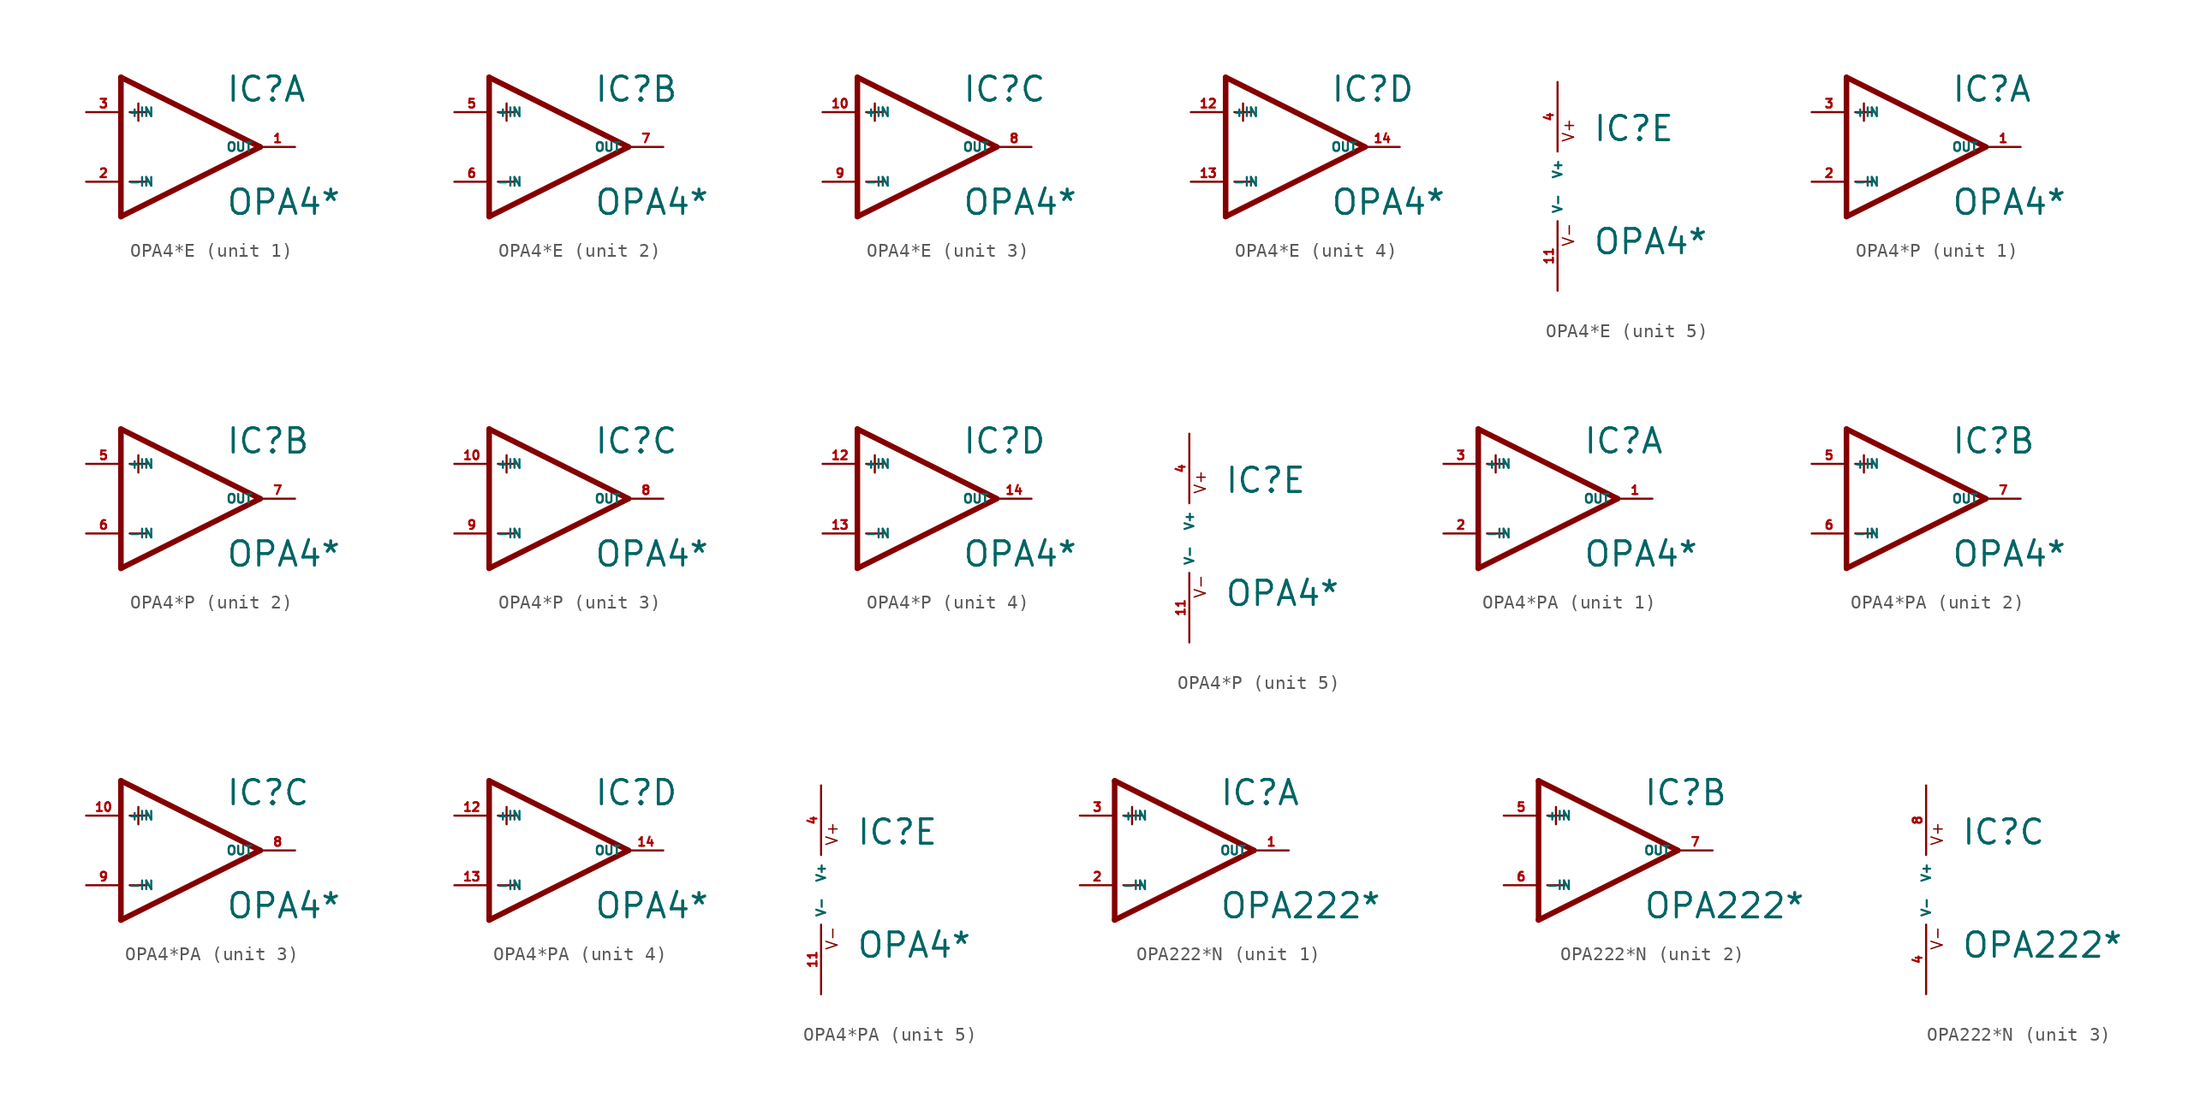
<source format=kicad_sym>
(kicad_symbol_lib
  (version 20220914)
  (generator Eagle2Kicad)
  (symbol "OPA4*E"
    (property "Reference" "IC"
      (at 2.54 3.175 0)
      (effects (font (size 1.778 1.778) (thickness 0.22)) (justify left bottom)))
    (property "Value" "OPA4*"
      (at 2.54 -5.08 0)
      (effects (font (size 1.778 1.778) (thickness 0.22)) (justify left bottom)))
    (symbol "OPA4*E_1_0"
      (polyline (pts (xy -5.08 5.08) (xy -5.08 -5.08)) (stroke (width 0.406) (type default)) (fill (type none)))
      (polyline (pts (xy -5.08 -5.08) (xy 5.08 0)) (stroke (width 0.406) (type default)) (fill (type none)))
      (polyline (pts (xy 5.08 0) (xy -5.08 5.08)) (stroke (width 0.406) (type default)) (fill (type none)))
      (polyline (pts (xy -3.81 3.175) (xy -3.81 1.905)) (stroke (width 0.152) (type default)) (fill (type none)))
      (polyline (pts (xy -4.445 2.54) (xy -3.175 2.54)) (stroke (width 0.152) (type default)) (fill (type none)))
      (polyline (pts (xy -4.445 -2.54) (xy -3.175 -2.54)) (stroke (width 0.152) (type default)) (fill (type none)))
      (pin input line (at -7.62 -2.54 0) (length 2.54) (name "-IN" (effects (font (size 0.635 0.635) (thickness 0.08)) (justify left bottom))) (number "2" (effects (font (size 0.635 0.635) (thickness 0.08)) (justify left bottom))))
      (pin input line (at -7.62 2.54 0) (length 2.54) (name "+IN" (effects (font (size 0.635 0.635) (thickness 0.08)) (justify left bottom))) (number "3" (effects (font (size 0.635 0.635) (thickness 0.08)) (justify left bottom))))
      (pin output line (at 7.62 0 180) (length 2.54) (name "OUT" (effects (font (size 0.635 0.635) (thickness 0.08)) (justify left bottom))) (number "1" (effects (font (size 0.635 0.635) (thickness 0.08)) (justify left bottom)))))
    (symbol "OPA4*E_2_0"
      (polyline (pts (xy -5.08 5.08) (xy -5.08 -5.08)) (stroke (width 0.406) (type default)) (fill (type none)))
      (polyline (pts (xy -5.08 -5.08) (xy 5.08 0)) (stroke (width 0.406) (type default)) (fill (type none)))
      (polyline (pts (xy 5.08 0) (xy -5.08 5.08)) (stroke (width 0.406) (type default)) (fill (type none)))
      (polyline (pts (xy -3.81 3.175) (xy -3.81 1.905)) (stroke (width 0.152) (type default)) (fill (type none)))
      (polyline (pts (xy -4.445 2.54) (xy -3.175 2.54)) (stroke (width 0.152) (type default)) (fill (type none)))
      (polyline (pts (xy -4.445 -2.54) (xy -3.175 -2.54)) (stroke (width 0.152) (type default)) (fill (type none)))
      (pin input line (at -7.62 -2.54 0) (length 2.54) (name "-IN" (effects (font (size 0.635 0.635) (thickness 0.08)) (justify left bottom))) (number "6" (effects (font (size 0.635 0.635) (thickness 0.08)) (justify left bottom))))
      (pin input line (at -7.62 2.54 0) (length 2.54) (name "+IN" (effects (font (size 0.635 0.635) (thickness 0.08)) (justify left bottom))) (number "5" (effects (font (size 0.635 0.635) (thickness 0.08)) (justify left bottom))))
      (pin output line (at 7.62 0 180) (length 2.54) (name "OUT" (effects (font (size 0.635 0.635) (thickness 0.08)) (justify left bottom))) (number "7" (effects (font (size 0.635 0.635) (thickness 0.08)) (justify left bottom)))))
    (symbol "OPA4*E_3_0"
      (polyline (pts (xy -5.08 5.08) (xy -5.08 -5.08)) (stroke (width 0.406) (type default)) (fill (type none)))
      (polyline (pts (xy -5.08 -5.08) (xy 5.08 0)) (stroke (width 0.406) (type default)) (fill (type none)))
      (polyline (pts (xy 5.08 0) (xy -5.08 5.08)) (stroke (width 0.406) (type default)) (fill (type none)))
      (polyline (pts (xy -3.81 3.175) (xy -3.81 1.905)) (stroke (width 0.152) (type default)) (fill (type none)))
      (polyline (pts (xy -4.445 2.54) (xy -3.175 2.54)) (stroke (width 0.152) (type default)) (fill (type none)))
      (polyline (pts (xy -4.445 -2.54) (xy -3.175 -2.54)) (stroke (width 0.152) (type default)) (fill (type none)))
      (pin input line (at -7.62 -2.54 0) (length 2.54) (name "-IN" (effects (font (size 0.635 0.635) (thickness 0.08)) (justify left bottom))) (number "9" (effects (font (size 0.635 0.635) (thickness 0.08)) (justify left bottom))))
      (pin input line (at -7.62 2.54 0) (length 2.54) (name "+IN" (effects (font (size 0.635 0.635) (thickness 0.08)) (justify left bottom))) (number "10" (effects (font (size 0.635 0.635) (thickness 0.08)) (justify left bottom))))
      (pin output line (at 7.62 0 180) (length 2.54) (name "OUT" (effects (font (size 0.635 0.635) (thickness 0.08)) (justify left bottom))) (number "8" (effects (font (size 0.635 0.635) (thickness 0.08)) (justify left bottom)))))
    (symbol "OPA4*E_4_0"
      (polyline (pts (xy -5.08 5.08) (xy -5.08 -5.08)) (stroke (width 0.406) (type default)) (fill (type none)))
      (polyline (pts (xy -5.08 -5.08) (xy 5.08 0)) (stroke (width 0.406) (type default)) (fill (type none)))
      (polyline (pts (xy 5.08 0) (xy -5.08 5.08)) (stroke (width 0.406) (type default)) (fill (type none)))
      (polyline (pts (xy -3.81 3.175) (xy -3.81 1.905)) (stroke (width 0.152) (type default)) (fill (type none)))
      (polyline (pts (xy -4.445 2.54) (xy -3.175 2.54)) (stroke (width 0.152) (type default)) (fill (type none)))
      (polyline (pts (xy -4.445 -2.54) (xy -3.175 -2.54)) (stroke (width 0.152) (type default)) (fill (type none)))
      (pin input line (at -7.62 -2.54 0) (length 2.54) (name "-IN" (effects (font (size 0.635 0.635) (thickness 0.08)) (justify left bottom))) (number "13" (effects (font (size 0.635 0.635) (thickness 0.08)) (justify left bottom))))
      (pin input line (at -7.62 2.54 0) (length 2.54) (name "+IN" (effects (font (size 0.635 0.635) (thickness 0.08)) (justify left bottom))) (number "12" (effects (font (size 0.635 0.635) (thickness 0.08)) (justify left bottom))))
      (pin output line (at 7.62 0 180) (length 2.54) (name "OUT" (effects (font (size 0.635 0.635) (thickness 0.08)) (justify left bottom))) (number "14" (effects (font (size 0.635 0.635) (thickness 0.08)) (justify left bottom)))))
    (symbol "OPA4*E_5_0"
      (text "V+" (at 1.27 3.175 900) (effects (font (size 0.813 0.813) (thickness 0.10)) (justify left bottom)))
      (text "V-" (at 1.27 -4.445 900) (effects (font (size 0.813 0.813) (thickness 0.10)) (justify left bottom)))
      (pin unspecified line (at 0 7.62 270) (length 5.08) (name "V+" (effects (font (size 0.635 0.635) (thickness 0.08)) (justify left bottom))) (number "4" (effects (font (size 0.635 0.635) (thickness 0.08)) (justify left bottom))))
      (pin unspecified line (at 0 -7.62 90) (length 5.08) (name "V-" (effects (font (size 0.635 0.635) (thickness 0.08)) (justify left bottom))) (number "11" (effects (font (size 0.635 0.635) (thickness 0.08)) (justify left bottom))))))
  (symbol "OPA4*P"
    (property "Reference" "IC"
      (at 2.54 3.175 0)
      (effects (font (size 1.778 1.778) (thickness 0.22)) (justify left bottom)))
    (property "Value" "OPA4*"
      (at 2.54 -5.08 0)
      (effects (font (size 1.778 1.778) (thickness 0.22)) (justify left bottom)))
    (symbol "OPA4*P_1_0"
      (polyline (pts (xy -5.08 5.08) (xy -5.08 -5.08)) (stroke (width 0.406) (type default)) (fill (type none)))
      (polyline (pts (xy -5.08 -5.08) (xy 5.08 0)) (stroke (width 0.406) (type default)) (fill (type none)))
      (polyline (pts (xy 5.08 0) (xy -5.08 5.08)) (stroke (width 0.406) (type default)) (fill (type none)))
      (polyline (pts (xy -3.81 3.175) (xy -3.81 1.905)) (stroke (width 0.152) (type default)) (fill (type none)))
      (polyline (pts (xy -4.445 2.54) (xy -3.175 2.54)) (stroke (width 0.152) (type default)) (fill (type none)))
      (polyline (pts (xy -4.445 -2.54) (xy -3.175 -2.54)) (stroke (width 0.152) (type default)) (fill (type none)))
      (pin input line (at -7.62 -2.54 0) (length 2.54) (name "-IN" (effects (font (size 0.635 0.635) (thickness 0.08)) (justify left bottom))) (number "2" (effects (font (size 0.635 0.635) (thickness 0.08)) (justify left bottom))))
      (pin input line (at -7.62 2.54 0) (length 2.54) (name "+IN" (effects (font (size 0.635 0.635) (thickness 0.08)) (justify left bottom))) (number "3" (effects (font (size 0.635 0.635) (thickness 0.08)) (justify left bottom))))
      (pin output line (at 7.62 0 180) (length 2.54) (name "OUT" (effects (font (size 0.635 0.635) (thickness 0.08)) (justify left bottom))) (number "1" (effects (font (size 0.635 0.635) (thickness 0.08)) (justify left bottom)))))
    (symbol "OPA4*P_2_0"
      (polyline (pts (xy -5.08 5.08) (xy -5.08 -5.08)) (stroke (width 0.406) (type default)) (fill (type none)))
      (polyline (pts (xy -5.08 -5.08) (xy 5.08 0)) (stroke (width 0.406) (type default)) (fill (type none)))
      (polyline (pts (xy 5.08 0) (xy -5.08 5.08)) (stroke (width 0.406) (type default)) (fill (type none)))
      (polyline (pts (xy -3.81 3.175) (xy -3.81 1.905)) (stroke (width 0.152) (type default)) (fill (type none)))
      (polyline (pts (xy -4.445 2.54) (xy -3.175 2.54)) (stroke (width 0.152) (type default)) (fill (type none)))
      (polyline (pts (xy -4.445 -2.54) (xy -3.175 -2.54)) (stroke (width 0.152) (type default)) (fill (type none)))
      (pin input line (at -7.62 -2.54 0) (length 2.54) (name "-IN" (effects (font (size 0.635 0.635) (thickness 0.08)) (justify left bottom))) (number "6" (effects (font (size 0.635 0.635) (thickness 0.08)) (justify left bottom))))
      (pin input line (at -7.62 2.54 0) (length 2.54) (name "+IN" (effects (font (size 0.635 0.635) (thickness 0.08)) (justify left bottom))) (number "5" (effects (font (size 0.635 0.635) (thickness 0.08)) (justify left bottom))))
      (pin output line (at 7.62 0 180) (length 2.54) (name "OUT" (effects (font (size 0.635 0.635) (thickness 0.08)) (justify left bottom))) (number "7" (effects (font (size 0.635 0.635) (thickness 0.08)) (justify left bottom)))))
    (symbol "OPA4*P_3_0"
      (polyline (pts (xy -5.08 5.08) (xy -5.08 -5.08)) (stroke (width 0.406) (type default)) (fill (type none)))
      (polyline (pts (xy -5.08 -5.08) (xy 5.08 0)) (stroke (width 0.406) (type default)) (fill (type none)))
      (polyline (pts (xy 5.08 0) (xy -5.08 5.08)) (stroke (width 0.406) (type default)) (fill (type none)))
      (polyline (pts (xy -3.81 3.175) (xy -3.81 1.905)) (stroke (width 0.152) (type default)) (fill (type none)))
      (polyline (pts (xy -4.445 2.54) (xy -3.175 2.54)) (stroke (width 0.152) (type default)) (fill (type none)))
      (polyline (pts (xy -4.445 -2.54) (xy -3.175 -2.54)) (stroke (width 0.152) (type default)) (fill (type none)))
      (pin input line (at -7.62 -2.54 0) (length 2.54) (name "-IN" (effects (font (size 0.635 0.635) (thickness 0.08)) (justify left bottom))) (number "9" (effects (font (size 0.635 0.635) (thickness 0.08)) (justify left bottom))))
      (pin input line (at -7.62 2.54 0) (length 2.54) (name "+IN" (effects (font (size 0.635 0.635) (thickness 0.08)) (justify left bottom))) (number "10" (effects (font (size 0.635 0.635) (thickness 0.08)) (justify left bottom))))
      (pin output line (at 7.62 0 180) (length 2.54) (name "OUT" (effects (font (size 0.635 0.635) (thickness 0.08)) (justify left bottom))) (number "8" (effects (font (size 0.635 0.635) (thickness 0.08)) (justify left bottom)))))
    (symbol "OPA4*P_4_0"
      (polyline (pts (xy -5.08 5.08) (xy -5.08 -5.08)) (stroke (width 0.406) (type default)) (fill (type none)))
      (polyline (pts (xy -5.08 -5.08) (xy 5.08 0)) (stroke (width 0.406) (type default)) (fill (type none)))
      (polyline (pts (xy 5.08 0) (xy -5.08 5.08)) (stroke (width 0.406) (type default)) (fill (type none)))
      (polyline (pts (xy -3.81 3.175) (xy -3.81 1.905)) (stroke (width 0.152) (type default)) (fill (type none)))
      (polyline (pts (xy -4.445 2.54) (xy -3.175 2.54)) (stroke (width 0.152) (type default)) (fill (type none)))
      (polyline (pts (xy -4.445 -2.54) (xy -3.175 -2.54)) (stroke (width 0.152) (type default)) (fill (type none)))
      (pin input line (at -7.62 -2.54 0) (length 2.54) (name "-IN" (effects (font (size 0.635 0.635) (thickness 0.08)) (justify left bottom))) (number "13" (effects (font (size 0.635 0.635) (thickness 0.08)) (justify left bottom))))
      (pin input line (at -7.62 2.54 0) (length 2.54) (name "+IN" (effects (font (size 0.635 0.635) (thickness 0.08)) (justify left bottom))) (number "12" (effects (font (size 0.635 0.635) (thickness 0.08)) (justify left bottom))))
      (pin output line (at 7.62 0 180) (length 2.54) (name "OUT" (effects (font (size 0.635 0.635) (thickness 0.08)) (justify left bottom))) (number "14" (effects (font (size 0.635 0.635) (thickness 0.08)) (justify left bottom)))))
    (symbol "OPA4*P_5_0"
      (text "V+" (at 1.27 3.175 900) (effects (font (size 0.813 0.813) (thickness 0.10)) (justify left bottom)))
      (text "V-" (at 1.27 -4.445 900) (effects (font (size 0.813 0.813) (thickness 0.10)) (justify left bottom)))
      (pin unspecified line (at 0 7.62 270) (length 5.08) (name "V+" (effects (font (size 0.635 0.635) (thickness 0.08)) (justify left bottom))) (number "4" (effects (font (size 0.635 0.635) (thickness 0.08)) (justify left bottom))))
      (pin unspecified line (at 0 -7.62 90) (length 5.08) (name "V-" (effects (font (size 0.635 0.635) (thickness 0.08)) (justify left bottom))) (number "11" (effects (font (size 0.635 0.635) (thickness 0.08)) (justify left bottom))))))
  (symbol "OPA4*PA"
    (property "Reference" "IC"
      (at 2.54 3.175 0)
      (effects (font (size 1.778 1.778) (thickness 0.22)) (justify left bottom)))
    (property "Value" "OPA4*"
      (at 2.54 -5.08 0)
      (effects (font (size 1.778 1.778) (thickness 0.22)) (justify left bottom)))
    (symbol "OPA4*PA_1_0"
      (polyline (pts (xy -5.08 5.08) (xy -5.08 -5.08)) (stroke (width 0.406) (type default)) (fill (type none)))
      (polyline (pts (xy -5.08 -5.08) (xy 5.08 0)) (stroke (width 0.406) (type default)) (fill (type none)))
      (polyline (pts (xy 5.08 0) (xy -5.08 5.08)) (stroke (width 0.406) (type default)) (fill (type none)))
      (polyline (pts (xy -3.81 3.175) (xy -3.81 1.905)) (stroke (width 0.152) (type default)) (fill (type none)))
      (polyline (pts (xy -4.445 2.54) (xy -3.175 2.54)) (stroke (width 0.152) (type default)) (fill (type none)))
      (polyline (pts (xy -4.445 -2.54) (xy -3.175 -2.54)) (stroke (width 0.152) (type default)) (fill (type none)))
      (pin input line (at -7.62 -2.54 0) (length 2.54) (name "-IN" (effects (font (size 0.635 0.635) (thickness 0.08)) (justify left bottom))) (number "2" (effects (font (size 0.635 0.635) (thickness 0.08)) (justify left bottom))))
      (pin input line (at -7.62 2.54 0) (length 2.54) (name "+IN" (effects (font (size 0.635 0.635) (thickness 0.08)) (justify left bottom))) (number "3" (effects (font (size 0.635 0.635) (thickness 0.08)) (justify left bottom))))
      (pin output line (at 7.62 0 180) (length 2.54) (name "OUT" (effects (font (size 0.635 0.635) (thickness 0.08)) (justify left bottom))) (number "1" (effects (font (size 0.635 0.635) (thickness 0.08)) (justify left bottom)))))
    (symbol "OPA4*PA_2_0"
      (polyline (pts (xy -5.08 5.08) (xy -5.08 -5.08)) (stroke (width 0.406) (type default)) (fill (type none)))
      (polyline (pts (xy -5.08 -5.08) (xy 5.08 0)) (stroke (width 0.406) (type default)) (fill (type none)))
      (polyline (pts (xy 5.08 0) (xy -5.08 5.08)) (stroke (width 0.406) (type default)) (fill (type none)))
      (polyline (pts (xy -3.81 3.175) (xy -3.81 1.905)) (stroke (width 0.152) (type default)) (fill (type none)))
      (polyline (pts (xy -4.445 2.54) (xy -3.175 2.54)) (stroke (width 0.152) (type default)) (fill (type none)))
      (polyline (pts (xy -4.445 -2.54) (xy -3.175 -2.54)) (stroke (width 0.152) (type default)) (fill (type none)))
      (pin input line (at -7.62 -2.54 0) (length 2.54) (name "-IN" (effects (font (size 0.635 0.635) (thickness 0.08)) (justify left bottom))) (number "6" (effects (font (size 0.635 0.635) (thickness 0.08)) (justify left bottom))))
      (pin input line (at -7.62 2.54 0) (length 2.54) (name "+IN" (effects (font (size 0.635 0.635) (thickness 0.08)) (justify left bottom))) (number "5" (effects (font (size 0.635 0.635) (thickness 0.08)) (justify left bottom))))
      (pin output line (at 7.62 0 180) (length 2.54) (name "OUT" (effects (font (size 0.635 0.635) (thickness 0.08)) (justify left bottom))) (number "7" (effects (font (size 0.635 0.635) (thickness 0.08)) (justify left bottom)))))
    (symbol "OPA4*PA_3_0"
      (polyline (pts (xy -5.08 5.08) (xy -5.08 -5.08)) (stroke (width 0.406) (type default)) (fill (type none)))
      (polyline (pts (xy -5.08 -5.08) (xy 5.08 0)) (stroke (width 0.406) (type default)) (fill (type none)))
      (polyline (pts (xy 5.08 0) (xy -5.08 5.08)) (stroke (width 0.406) (type default)) (fill (type none)))
      (polyline (pts (xy -3.81 3.175) (xy -3.81 1.905)) (stroke (width 0.152) (type default)) (fill (type none)))
      (polyline (pts (xy -4.445 2.54) (xy -3.175 2.54)) (stroke (width 0.152) (type default)) (fill (type none)))
      (polyline (pts (xy -4.445 -2.54) (xy -3.175 -2.54)) (stroke (width 0.152) (type default)) (fill (type none)))
      (pin input line (at -7.62 -2.54 0) (length 2.54) (name "-IN" (effects (font (size 0.635 0.635) (thickness 0.08)) (justify left bottom))) (number "9" (effects (font (size 0.635 0.635) (thickness 0.08)) (justify left bottom))))
      (pin input line (at -7.62 2.54 0) (length 2.54) (name "+IN" (effects (font (size 0.635 0.635) (thickness 0.08)) (justify left bottom))) (number "10" (effects (font (size 0.635 0.635) (thickness 0.08)) (justify left bottom))))
      (pin output line (at 7.62 0 180) (length 2.54) (name "OUT" (effects (font (size 0.635 0.635) (thickness 0.08)) (justify left bottom))) (number "8" (effects (font (size 0.635 0.635) (thickness 0.08)) (justify left bottom)))))
    (symbol "OPA4*PA_4_0"
      (polyline (pts (xy -5.08 5.08) (xy -5.08 -5.08)) (stroke (width 0.406) (type default)) (fill (type none)))
      (polyline (pts (xy -5.08 -5.08) (xy 5.08 0)) (stroke (width 0.406) (type default)) (fill (type none)))
      (polyline (pts (xy 5.08 0) (xy -5.08 5.08)) (stroke (width 0.406) (type default)) (fill (type none)))
      (polyline (pts (xy -3.81 3.175) (xy -3.81 1.905)) (stroke (width 0.152) (type default)) (fill (type none)))
      (polyline (pts (xy -4.445 2.54) (xy -3.175 2.54)) (stroke (width 0.152) (type default)) (fill (type none)))
      (polyline (pts (xy -4.445 -2.54) (xy -3.175 -2.54)) (stroke (width 0.152) (type default)) (fill (type none)))
      (pin input line (at -7.62 -2.54 0) (length 2.54) (name "-IN" (effects (font (size 0.635 0.635) (thickness 0.08)) (justify left bottom))) (number "13" (effects (font (size 0.635 0.635) (thickness 0.08)) (justify left bottom))))
      (pin input line (at -7.62 2.54 0) (length 2.54) (name "+IN" (effects (font (size 0.635 0.635) (thickness 0.08)) (justify left bottom))) (number "12" (effects (font (size 0.635 0.635) (thickness 0.08)) (justify left bottom))))
      (pin output line (at 7.62 0 180) (length 2.54) (name "OUT" (effects (font (size 0.635 0.635) (thickness 0.08)) (justify left bottom))) (number "14" (effects (font (size 0.635 0.635) (thickness 0.08)) (justify left bottom)))))
    (symbol "OPA4*PA_5_0"
      (text "V+" (at 1.27 3.175 900) (effects (font (size 0.813 0.813) (thickness 0.10)) (justify left bottom)))
      (text "V-" (at 1.27 -4.445 900) (effects (font (size 0.813 0.813) (thickness 0.10)) (justify left bottom)))
      (pin unspecified line (at 0 7.62 270) (length 5.08) (name "V+" (effects (font (size 0.635 0.635) (thickness 0.08)) (justify left bottom))) (number "4" (effects (font (size 0.635 0.635) (thickness 0.08)) (justify left bottom))))
      (pin unspecified line (at 0 -7.62 90) (length 5.08) (name "V-" (effects (font (size 0.635 0.635) (thickness 0.08)) (justify left bottom))) (number "11" (effects (font (size 0.635 0.635) (thickness 0.08)) (justify left bottom))))))
  (symbol "OPA222*N"
    (property "Reference" "IC"
      (at 2.54 3.175 0)
      (effects (font (size 1.778 1.778) (thickness 0.22)) (justify left bottom)))
    (property "Value" "OPA222*"
      (at 2.54 -5.08 0)
      (effects (font (size 1.778 1.778) (thickness 0.22)) (justify left bottom)))
    (symbol "OPA222*N_1_0"
      (polyline (pts (xy -5.08 5.08) (xy -5.08 -5.08)) (stroke (width 0.406) (type default)) (fill (type none)))
      (polyline (pts (xy -5.08 -5.08) (xy 5.08 0)) (stroke (width 0.406) (type default)) (fill (type none)))
      (polyline (pts (xy 5.08 0) (xy -5.08 5.08)) (stroke (width 0.406) (type default)) (fill (type none)))
      (polyline (pts (xy -3.81 3.175) (xy -3.81 1.905)) (stroke (width 0.152) (type default)) (fill (type none)))
      (polyline (pts (xy -4.445 2.54) (xy -3.175 2.54)) (stroke (width 0.152) (type default)) (fill (type none)))
      (polyline (pts (xy -4.445 -2.54) (xy -3.175 -2.54)) (stroke (width 0.152) (type default)) (fill (type none)))
      (pin input line (at -7.62 -2.54 0) (length 2.54) (name "-IN" (effects (font (size 0.635 0.635) (thickness 0.08)) (justify left bottom))) (number "2" (effects (font (size 0.635 0.635) (thickness 0.08)) (justify left bottom))))
      (pin input line (at -7.62 2.54 0) (length 2.54) (name "+IN" (effects (font (size 0.635 0.635) (thickness 0.08)) (justify left bottom))) (number "3" (effects (font (size 0.635 0.635) (thickness 0.08)) (justify left bottom))))
      (pin output line (at 7.62 0 180) (length 2.54) (name "OUT" (effects (font (size 0.635 0.635) (thickness 0.08)) (justify left bottom))) (number "1" (effects (font (size 0.635 0.635) (thickness 0.08)) (justify left bottom)))))
    (symbol "OPA222*N_2_0"
      (polyline (pts (xy -5.08 5.08) (xy -5.08 -5.08)) (stroke (width 0.406) (type default)) (fill (type none)))
      (polyline (pts (xy -5.08 -5.08) (xy 5.08 0)) (stroke (width 0.406) (type default)) (fill (type none)))
      (polyline (pts (xy 5.08 0) (xy -5.08 5.08)) (stroke (width 0.406) (type default)) (fill (type none)))
      (polyline (pts (xy -3.81 3.175) (xy -3.81 1.905)) (stroke (width 0.152) (type default)) (fill (type none)))
      (polyline (pts (xy -4.445 2.54) (xy -3.175 2.54)) (stroke (width 0.152) (type default)) (fill (type none)))
      (polyline (pts (xy -4.445 -2.54) (xy -3.175 -2.54)) (stroke (width 0.152) (type default)) (fill (type none)))
      (pin input line (at -7.62 -2.54 0) (length 2.54) (name "-IN" (effects (font (size 0.635 0.635) (thickness 0.08)) (justify left bottom))) (number "6" (effects (font (size 0.635 0.635) (thickness 0.08)) (justify left bottom))))
      (pin input line (at -7.62 2.54 0) (length 2.54) (name "+IN" (effects (font (size 0.635 0.635) (thickness 0.08)) (justify left bottom))) (number "5" (effects (font (size 0.635 0.635) (thickness 0.08)) (justify left bottom))))
      (pin output line (at 7.62 0 180) (length 2.54) (name "OUT" (effects (font (size 0.635 0.635) (thickness 0.08)) (justify left bottom))) (number "7" (effects (font (size 0.635 0.635) (thickness 0.08)) (justify left bottom)))))
    (symbol "OPA222*N_3_0"
      (text "V+" (at 1.27 3.175 900) (effects (font (size 0.813 0.813) (thickness 0.10)) (justify left bottom)))
      (text "V-" (at 1.27 -4.445 900) (effects (font (size 0.813 0.813) (thickness 0.10)) (justify left bottom)))
      (pin unspecified line (at 0 7.62 270) (length 5.08) (name "V+" (effects (font (size 0.635 0.635) (thickness 0.08)) (justify left bottom))) (number "8" (effects (font (size 0.635 0.635) (thickness 0.08)) (justify left bottom))))
      (pin unspecified line (at 0 -7.62 90) (length 5.08) (name "V-" (effects (font (size 0.635 0.635) (thickness 0.08)) (justify left bottom))) (number "4" (effects (font (size 0.635 0.635) (thickness 0.08)) (justify left bottom)))))))
</source>
